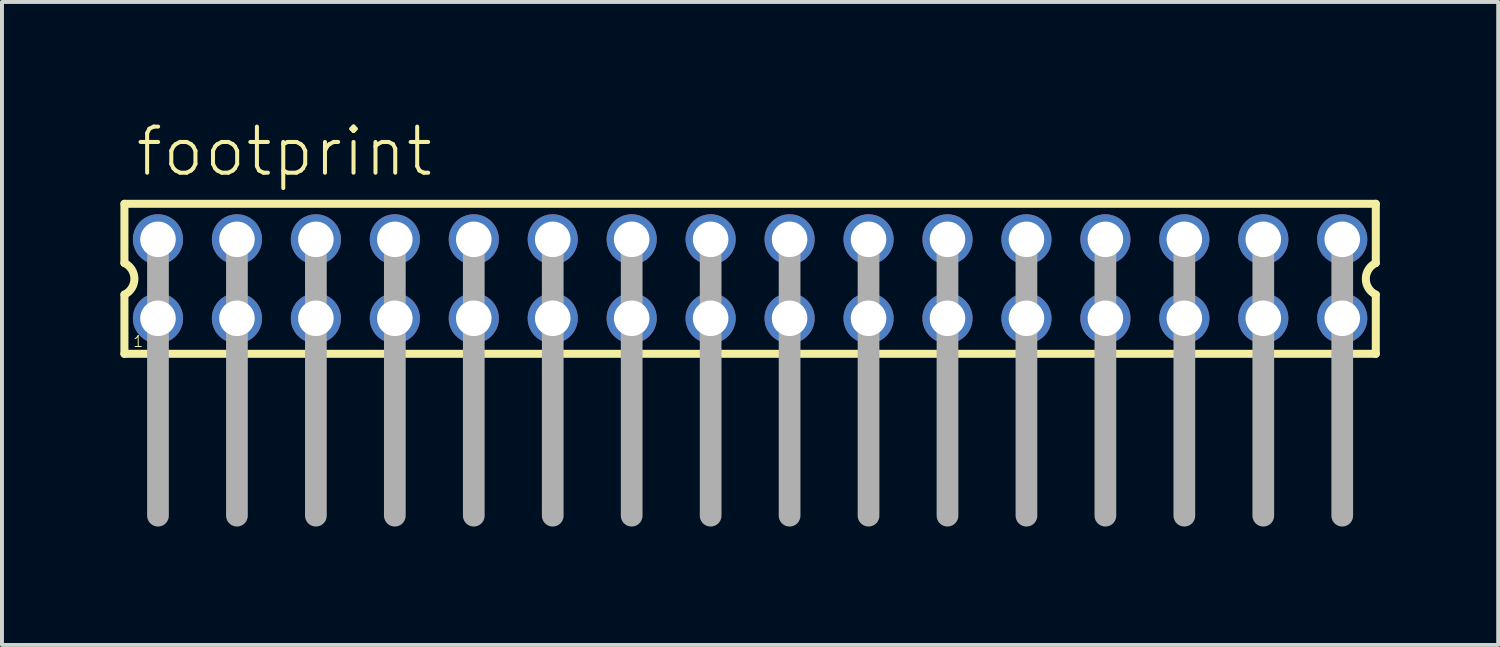
<source format=kicad_pcb>
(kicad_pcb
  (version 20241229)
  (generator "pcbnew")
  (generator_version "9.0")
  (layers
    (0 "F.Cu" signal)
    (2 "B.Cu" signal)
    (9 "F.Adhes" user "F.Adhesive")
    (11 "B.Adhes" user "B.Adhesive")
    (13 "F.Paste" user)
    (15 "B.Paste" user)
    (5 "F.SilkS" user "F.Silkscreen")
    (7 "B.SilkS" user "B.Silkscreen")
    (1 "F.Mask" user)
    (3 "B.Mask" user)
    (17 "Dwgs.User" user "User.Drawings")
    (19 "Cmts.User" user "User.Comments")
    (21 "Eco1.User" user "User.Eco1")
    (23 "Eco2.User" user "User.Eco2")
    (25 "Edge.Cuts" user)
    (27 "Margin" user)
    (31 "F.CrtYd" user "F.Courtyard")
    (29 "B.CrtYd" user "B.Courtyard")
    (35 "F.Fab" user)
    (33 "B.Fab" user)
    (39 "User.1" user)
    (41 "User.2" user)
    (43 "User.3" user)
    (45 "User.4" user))
  (footprint "footprint"
    (layer "F.Cu")
    (at 15.952 4.013)
    (property "Reference" "footprint" (at -15.62 -2.54 0) (layer "F.SilkS") (effects (font (size 1.168 1.168) (thickness 0.102)) (justify left bottom)))
    (fp_line (start -15.85 -1.9) (end -15.85 -0.4) (stroke (width 0.203) (type solid)) (layer "F.SilkS"))
    (fp_line (start -15.85 0.4) (end -15.85 1.9) (stroke (width 0.203) (type solid)) (layer "F.SilkS"))
    (fp_line (start -15.85 1.9) (end 15.85 1.9) (stroke (width 0.203) (type solid)) (layer "F.SilkS"))
    (fp_line (start 15.85 -1.9) (end -15.85 -1.9) (stroke (width 0.203) (type solid)) (layer "F.SilkS"))
    (fp_line (start 15.85 -0.4) (end 15.85 -1.9) (stroke (width 0.203) (type solid)) (layer "F.SilkS"))
    (fp_line (start 15.85 1.9) (end 15.85 0.4) (stroke (width 0.203) (type solid)) (layer "F.SilkS"))
    (fp_arc (start -15.85 -0.4) (mid -15.597167 0) (end -15.85 0.4) (stroke (width 0.2032) (type solid)) (layer "F.SilkS"))
    (fp_arc (start 15.85 0.4) (mid 15.597167 0) (end 15.85 -0.4) (stroke (width 0.2032) (type solid)) (layer "F.SilkS"))
    (fp_line (start -15 -1) (end -15 6) (stroke (width 0.55) (type solid)) (layer "F.Fab"))
    (fp_line (start -13 -1) (end -13 6) (stroke (width 0.55) (type solid)) (layer "F.Fab"))
    (fp_line (start -11 -1) (end -11 6) (stroke (width 0.55) (type solid)) (layer "F.Fab"))
    (fp_line (start -9 -1) (end -9 6) (stroke (width 0.55) (type solid)) (layer "F.Fab"))
    (fp_line (start -7 -1) (end -7 6) (stroke (width 0.55) (type solid)) (layer "F.Fab"))
    (fp_line (start -5 -1) (end -5 6) (stroke (width 0.55) (type solid)) (layer "F.Fab"))
    (fp_line (start -3 -1) (end -3 6) (stroke (width 0.55) (type solid)) (layer "F.Fab"))
    (fp_line (start -1 -1) (end -1 6) (stroke (width 0.55) (type solid)) (layer "F.Fab"))
    (fp_line (start 1 -1) (end 1 6) (stroke (width 0.55) (type solid)) (layer "F.Fab"))
    (fp_line (start 3 -1) (end 3 6) (stroke (width 0.55) (type solid)) (layer "F.Fab"))
    (fp_line (start 5 -1) (end 5 6) (stroke (width 0.55) (type solid)) (layer "F.Fab"))
    (fp_line (start 7 -1) (end 7 6) (stroke (width 0.55) (type solid)) (layer "F.Fab"))
    (fp_line (start 9 -1) (end 9 6) (stroke (width 0.55) (type solid)) (layer "F.Fab"))
    (fp_line (start 11 -1) (end 11 6) (stroke (width 0.55) (type solid)) (layer "F.Fab"))
    (fp_line (start 13 -1) (end 13 6) (stroke (width 0.55) (type solid)) (layer "F.Fab"))
    (fp_line (start 15 -1) (end 15 6) (stroke (width 0.55) (type solid)) (layer "F.Fab"))
    (fp_poly (pts (xy -15.25 -0.75) (xy -14.75 -0.75) (xy -14.75 -1.25) (xy -15.25 -1.25)) (stroke (width 0.1) (type solid)) (fill no) (layer "F.Fab"))
    (fp_poly (pts (xy -15.25 1.25) (xy -14.75 1.25) (xy -14.75 0.75) (xy -15.25 0.75)) (stroke (width 0.1) (type solid)) (fill no) (layer "F.Fab"))
    (fp_poly (pts (xy -13.25 -0.75) (xy -12.75 -0.75) (xy -12.75 -1.25) (xy -13.25 -1.25)) (stroke (width 0.1) (type solid)) (fill no) (layer "F.Fab"))
    (fp_poly (pts (xy -13.25 1.25) (xy -12.75 1.25) (xy -12.75 0.75) (xy -13.25 0.75)) (stroke (width 0.1) (type solid)) (fill no) (layer "F.Fab"))
    (fp_poly (pts (xy -11.25 -0.75) (xy -10.75 -0.75) (xy -10.75 -1.25) (xy -11.25 -1.25)) (stroke (width 0.1) (type solid)) (fill no) (layer "F.Fab"))
    (fp_poly (pts (xy -11.25 1.25) (xy -10.75 1.25) (xy -10.75 0.75) (xy -11.25 0.75)) (stroke (width 0.1) (type solid)) (fill no) (layer "F.Fab"))
    (fp_poly (pts (xy -9.25 -0.75) (xy -8.75 -0.75) (xy -8.75 -1.25) (xy -9.25 -1.25)) (stroke (width 0.1) (type solid)) (fill no) (layer "F.Fab"))
    (fp_poly (pts (xy -9.25 1.25) (xy -8.75 1.25) (xy -8.75 0.75) (xy -9.25 0.75)) (stroke (width 0.1) (type solid)) (fill no) (layer "F.Fab"))
    (fp_poly (pts (xy -7.25 -0.75) (xy -6.75 -0.75) (xy -6.75 -1.25) (xy -7.25 -1.25)) (stroke (width 0.1) (type solid)) (fill no) (layer "F.Fab"))
    (fp_poly (pts (xy -7.25 1.25) (xy -6.75 1.25) (xy -6.75 0.75) (xy -7.25 0.75)) (stroke (width 0.1) (type solid)) (fill no) (layer "F.Fab"))
    (fp_poly (pts (xy -5.25 -0.75) (xy -4.75 -0.75) (xy -4.75 -1.25) (xy -5.25 -1.25)) (stroke (width 0.1) (type solid)) (fill no) (layer "F.Fab"))
    (fp_poly (pts (xy -5.25 1.25) (xy -4.75 1.25) (xy -4.75 0.75) (xy -5.25 0.75)) (stroke (width 0.1) (type solid)) (fill no) (layer "F.Fab"))
    (fp_poly (pts (xy -3.25 -0.75) (xy -2.75 -0.75) (xy -2.75 -1.25) (xy -3.25 -1.25)) (stroke (width 0.1) (type solid)) (fill no) (layer "F.Fab"))
    (fp_poly (pts (xy -3.25 1.25) (xy -2.75 1.25) (xy -2.75 0.75) (xy -3.25 0.75)) (stroke (width 0.1) (type solid)) (fill no) (layer "F.Fab"))
    (fp_poly (pts (xy -1.25 -0.75) (xy -0.75 -0.75) (xy -0.75 -1.25) (xy -1.25 -1.25)) (stroke (width 0.1) (type solid)) (fill no) (layer "F.Fab"))
    (fp_poly (pts (xy -1.25 1.25) (xy -0.75 1.25) (xy -0.75 0.75) (xy -1.25 0.75)) (stroke (width 0.1) (type solid)) (fill no) (layer "F.Fab"))
    (fp_poly (pts (xy 0.75 -0.75) (xy 1.25 -0.75) (xy 1.25 -1.25) (xy 0.75 -1.25)) (stroke (width 0.1) (type solid)) (fill no) (layer "F.Fab"))
    (fp_poly (pts (xy 0.75 1.25) (xy 1.25 1.25) (xy 1.25 0.75) (xy 0.75 0.75)) (stroke (width 0.1) (type solid)) (fill no) (layer "F.Fab"))
    (fp_poly (pts (xy 2.75 -0.75) (xy 3.25 -0.75) (xy 3.25 -1.25) (xy 2.75 -1.25)) (stroke (width 0.1) (type solid)) (fill no) (layer "F.Fab"))
    (fp_poly (pts (xy 2.75 1.25) (xy 3.25 1.25) (xy 3.25 0.75) (xy 2.75 0.75)) (stroke (width 0.1) (type solid)) (fill no) (layer "F.Fab"))
    (fp_poly (pts (xy 4.75 -0.75) (xy 5.25 -0.75) (xy 5.25 -1.25) (xy 4.75 -1.25)) (stroke (width 0.1) (type solid)) (fill no) (layer "F.Fab"))
    (fp_poly (pts (xy 4.75 1.25) (xy 5.25 1.25) (xy 5.25 0.75) (xy 4.75 0.75)) (stroke (width 0.1) (type solid)) (fill no) (layer "F.Fab"))
    (fp_poly (pts (xy 6.75 -0.75) (xy 7.25 -0.75) (xy 7.25 -1.25) (xy 6.75 -1.25)) (stroke (width 0.1) (type solid)) (fill no) (layer "F.Fab"))
    (fp_poly (pts (xy 6.75 1.25) (xy 7.25 1.25) (xy 7.25 0.75) (xy 6.75 0.75)) (stroke (width 0.1) (type solid)) (fill no) (layer "F.Fab"))
    (fp_poly (pts (xy 8.75 -0.75) (xy 9.25 -0.75) (xy 9.25 -1.25) (xy 8.75 -1.25)) (stroke (width 0.1) (type solid)) (fill no) (layer "F.Fab"))
    (fp_poly (pts (xy 8.75 1.25) (xy 9.25 1.25) (xy 9.25 0.75) (xy 8.75 0.75)) (stroke (width 0.1) (type solid)) (fill no) (layer "F.Fab"))
    (fp_poly (pts (xy 10.75 -0.75) (xy 11.25 -0.75) (xy 11.25 -1.25) (xy 10.75 -1.25)) (stroke (width 0.1) (type solid)) (fill no) (layer "F.Fab"))
    (fp_poly (pts (xy 10.75 1.25) (xy 11.25 1.25) (xy 11.25 0.75) (xy 10.75 0.75)) (stroke (width 0.1) (type solid)) (fill no) (layer "F.Fab"))
    (fp_poly (pts (xy 12.75 -0.75) (xy 13.25 -0.75) (xy 13.25 -1.25) (xy 12.75 -1.25)) (stroke (width 0.1) (type solid)) (fill no) (layer "F.Fab"))
    (fp_poly (pts (xy 12.75 1.25) (xy 13.25 1.25) (xy 13.25 0.75) (xy 12.75 0.75)) (stroke (width 0.1) (type solid)) (fill no) (layer "F.Fab"))
    (fp_poly (pts (xy 14.75 -0.75) (xy 15.25 -0.75) (xy 15.25 -1.25) (xy 14.75 -1.25)) (stroke (width 0.1) (type solid)) (fill no) (layer "F.Fab"))
    (fp_poly (pts (xy 14.75 1.25) (xy 15.25 1.25) (xy 15.25 0.75) (xy 14.75 0.75)) (stroke (width 0.1) (type solid)) (fill no) (layer "F.Fab"))
    (fp_text user "1" (at -15.65 1.75 0) (layer "F.SilkS") (effects (font (size 0.28 0.28) (thickness 0.024)) (justify left bottom)))
    (pad "1" thru_hole circle (at -15 1) (size 1.27 1.27) (drill 0.9) (layers "*.Cu" "*.Mask"))
    (pad "2" thru_hole circle (at -15 -1) (size 1.27 1.27) (drill 0.9) (layers "*.Cu" "*.Mask"))
    (pad "3" thru_hole circle (at -13 1) (size 1.27 1.27) (drill 0.9) (layers "*.Cu" "*.Mask"))
    (pad "4" thru_hole circle (at -13 -1) (size 1.27 1.27) (drill 0.9) (layers "*.Cu" "*.Mask"))
    (pad "5" thru_hole circle (at -11 1) (size 1.27 1.27) (drill 0.9) (layers "*.Cu" "*.Mask"))
    (pad "6" thru_hole circle (at -11 -1) (size 1.27 1.27) (drill 0.9) (layers "*.Cu" "*.Mask"))
    (pad "7" thru_hole circle (at -9 1) (size 1.27 1.27) (drill 0.9) (layers "*.Cu" "*.Mask"))
    (pad "8" thru_hole circle (at -9 -1) (size 1.27 1.27) (drill 0.9) (layers "*.Cu" "*.Mask"))
    (pad "9" thru_hole circle (at -7 1) (size 1.27 1.27) (drill 0.9) (layers "*.Cu" "*.Mask"))
    (pad "10" thru_hole circle (at -7 -1) (size 1.27 1.27) (drill 0.9) (layers "*.Cu" "*.Mask"))
    (pad "11" thru_hole circle (at -5 1) (size 1.27 1.27) (drill 0.9) (layers "*.Cu" "*.Mask"))
    (pad "12" thru_hole circle (at -5 -1) (size 1.27 1.27) (drill 0.9) (layers "*.Cu" "*.Mask"))
    (pad "13" thru_hole circle (at -3 1) (size 1.27 1.27) (drill 0.9) (layers "*.Cu" "*.Mask"))
    (pad "14" thru_hole circle (at -3 -1) (size 1.27 1.27) (drill 0.9) (layers "*.Cu" "*.Mask"))
    (pad "15" thru_hole circle (at -1 1) (size 1.27 1.27) (drill 0.9) (layers "*.Cu" "*.Mask"))
    (pad "16" thru_hole circle (at -1 -1) (size 1.27 1.27) (drill 0.9) (layers "*.Cu" "*.Mask"))
    (pad "17" thru_hole circle (at 1 1) (size 1.27 1.27) (drill 0.9) (layers "*.Cu" "*.Mask"))
    (pad "18" thru_hole circle (at 1 -1) (size 1.27 1.27) (drill 0.9) (layers "*.Cu" "*.Mask"))
    (pad "19" thru_hole circle (at 3 1) (size 1.27 1.27) (drill 0.9) (layers "*.Cu" "*.Mask"))
    (pad "20" thru_hole circle (at 3 -1) (size 1.27 1.27) (drill 0.9) (layers "*.Cu" "*.Mask"))
    (pad "21" thru_hole circle (at 5 1) (size 1.27 1.27) (drill 0.9) (layers "*.Cu" "*.Mask"))
    (pad "22" thru_hole circle (at 5 -1) (size 1.27 1.27) (drill 0.9) (layers "*.Cu" "*.Mask"))
    (pad "23" thru_hole circle (at 7 1) (size 1.27 1.27) (drill 0.9) (layers "*.Cu" "*.Mask"))
    (pad "24" thru_hole circle (at 7 -1) (size 1.27 1.27) (drill 0.9) (layers "*.Cu" "*.Mask"))
    (pad "25" thru_hole circle (at 9 1) (size 1.27 1.27) (drill 0.9) (layers "*.Cu" "*.Mask"))
    (pad "26" thru_hole circle (at 9 -1) (size 1.27 1.27) (drill 0.9) (layers "*.Cu" "*.Mask"))
    (pad "27" thru_hole circle (at 11 1) (size 1.27 1.27) (drill 0.9) (layers "*.Cu" "*.Mask"))
    (pad "28" thru_hole circle (at 11 -1) (size 1.27 1.27) (drill 0.9) (layers "*.Cu" "*.Mask"))
    (pad "29" thru_hole circle (at 13 1) (size 1.27 1.27) (drill 0.9) (layers "*.Cu" "*.Mask"))
    (pad "30" thru_hole circle (at 13 -1) (size 1.27 1.27) (drill 0.9) (layers "*.Cu" "*.Mask"))
    (pad "31" thru_hole circle (at 15 1) (size 1.27 1.27) (drill 0.9) (layers "*.Cu" "*.Mask"))
    (pad "32" thru_hole circle (at 15 -1) (size 1.27 1.27) (drill 0.9) (layers "*.Cu" "*.Mask")))
  (gr_rect
    (start -3 -3)
    (end 34.903 13.288)
    (stroke (width 0.1) (type default))
    (fill no)
    (layer "Edge.Cuts")))
</source>
